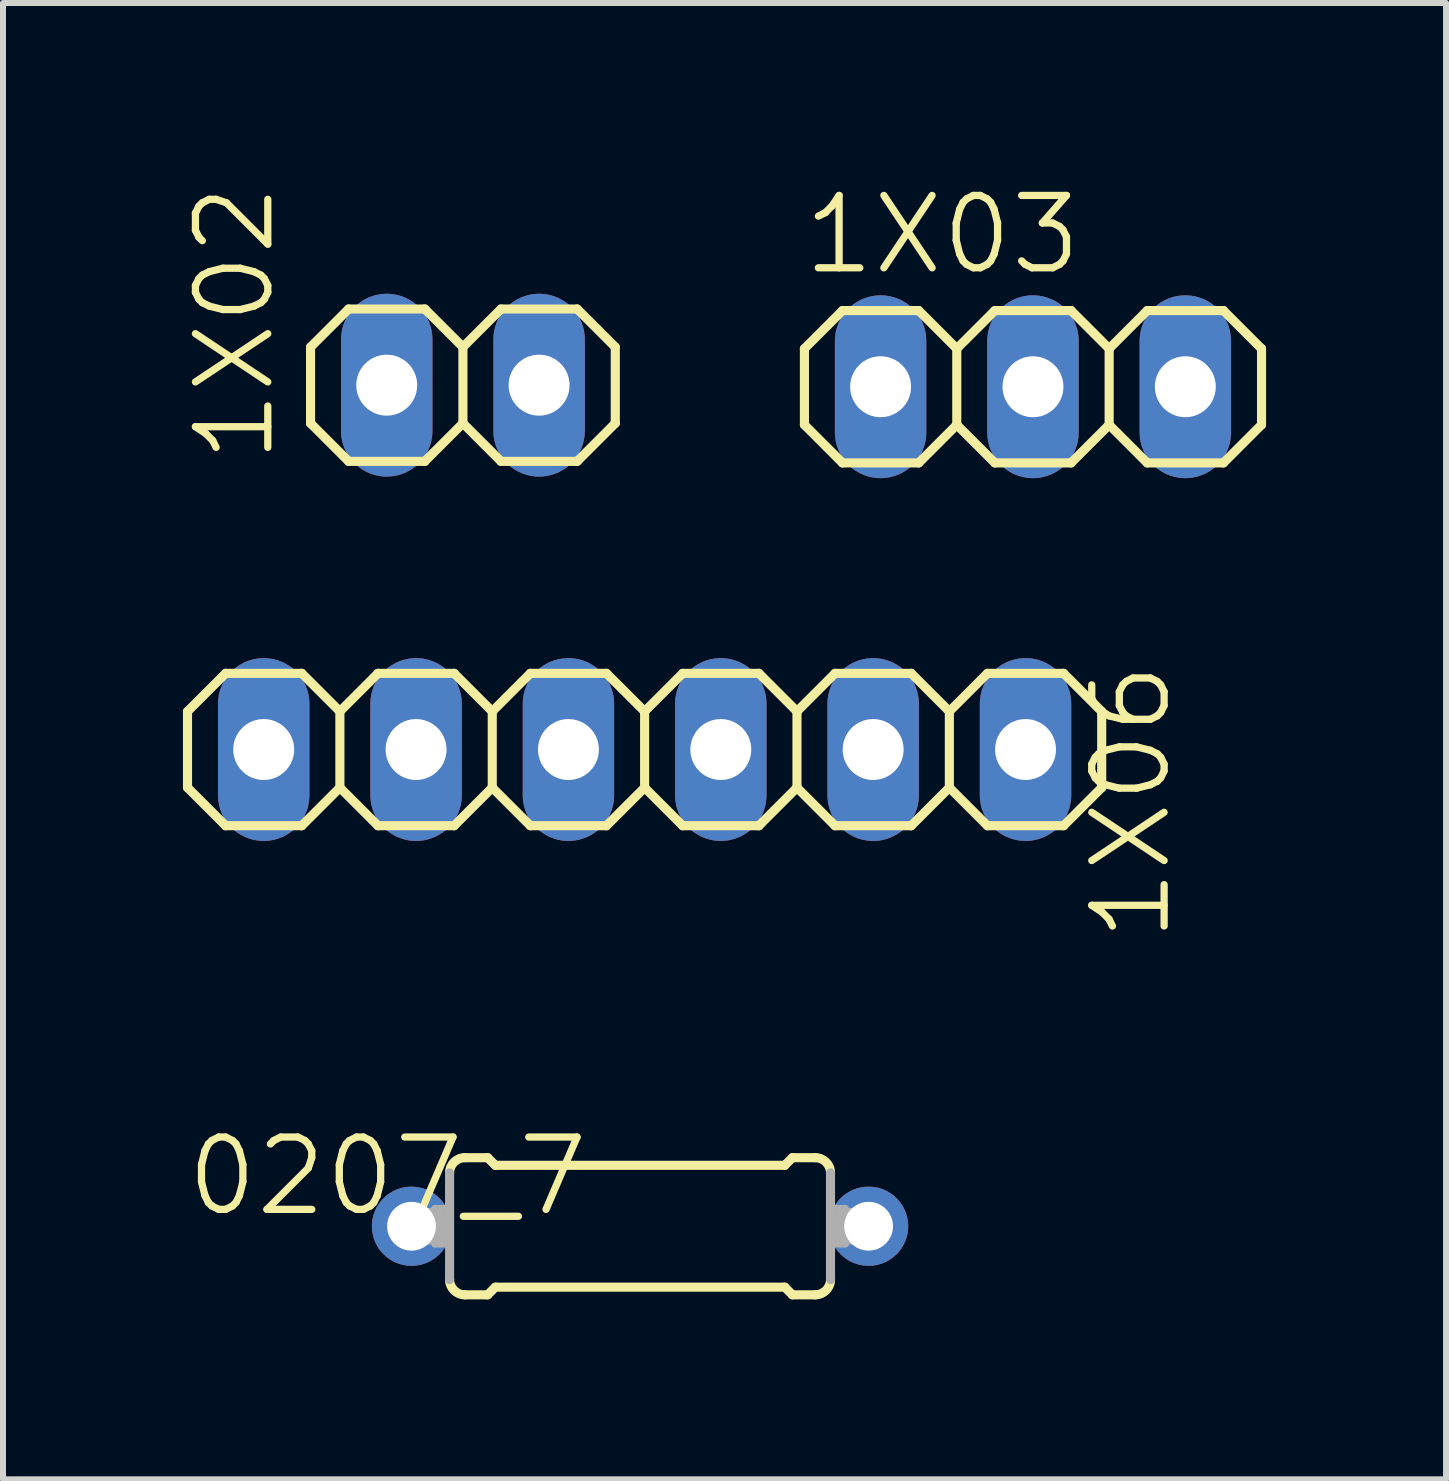
<source format=kicad_pcb>
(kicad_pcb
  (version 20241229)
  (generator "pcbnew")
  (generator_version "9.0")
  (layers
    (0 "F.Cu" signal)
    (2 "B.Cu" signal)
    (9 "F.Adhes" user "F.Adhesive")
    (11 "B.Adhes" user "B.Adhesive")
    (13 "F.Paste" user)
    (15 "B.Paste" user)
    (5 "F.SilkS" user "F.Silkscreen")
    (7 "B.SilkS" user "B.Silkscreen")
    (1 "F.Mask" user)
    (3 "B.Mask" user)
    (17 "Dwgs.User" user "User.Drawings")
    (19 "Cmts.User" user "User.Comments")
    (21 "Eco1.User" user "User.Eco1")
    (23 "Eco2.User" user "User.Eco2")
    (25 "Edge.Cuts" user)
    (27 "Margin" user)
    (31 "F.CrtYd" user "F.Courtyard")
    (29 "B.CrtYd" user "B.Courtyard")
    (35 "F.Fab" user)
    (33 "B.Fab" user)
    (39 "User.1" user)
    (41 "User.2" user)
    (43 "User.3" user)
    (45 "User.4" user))
  (footprint "1X03"
    (layer "F.Cu")
    (at 14.17 3.397)
    (property "Reference" "1X03" (at -3.886 -1.829 180) (layer "F.SilkS") (effects (font (size 1.206 1.206) (thickness 0.121)) (justify left bottom)))
    (attr through_hole)
    (fp_line (start -3.81 -0.635) (end -3.81 0.635) (stroke (width 0.152) (type solid)) (layer "F.SilkS"))
    (fp_line (start -3.81 0.635) (end -3.175 1.27) (stroke (width 0.152) (type solid)) (layer "F.SilkS"))
    (fp_line (start -3.175 -1.27) (end -3.81 -0.635) (stroke (width 0.152) (type solid)) (layer "F.SilkS"))
    (fp_line (start -3.175 -1.27) (end -1.905 -1.27) (stroke (width 0.152) (type solid)) (layer "F.SilkS"))
    (fp_line (start -1.905 -1.27) (end -1.27 -0.635) (stroke (width 0.152) (type solid)) (layer "F.SilkS"))
    (fp_line (start -1.905 1.27) (end -3.175 1.27) (stroke (width 0.152) (type solid)) (layer "F.SilkS"))
    (fp_line (start -1.27 -0.635) (end -1.27 0.635) (stroke (width 0.152) (type solid)) (layer "F.SilkS"))
    (fp_line (start -1.27 -0.635) (end -0.635 -1.27) (stroke (width 0.152) (type solid)) (layer "F.SilkS"))
    (fp_line (start -1.27 0.635) (end -1.905 1.27) (stroke (width 0.152) (type solid)) (layer "F.SilkS"))
    (fp_line (start -0.635 -1.27) (end 0.635 -1.27) (stroke (width 0.152) (type solid)) (layer "F.SilkS"))
    (fp_line (start -0.635 1.27) (end -1.27 0.635) (stroke (width 0.152) (type solid)) (layer "F.SilkS"))
    (fp_line (start 0.635 -1.27) (end 1.27 -0.635) (stroke (width 0.152) (type solid)) (layer "F.SilkS"))
    (fp_line (start 0.635 1.27) (end -0.635 1.27) (stroke (width 0.152) (type solid)) (layer "F.SilkS"))
    (fp_line (start 1.27 -0.635) (end 1.27 0.635) (stroke (width 0.152) (type solid)) (layer "F.SilkS"))
    (fp_line (start 1.27 -0.635) (end 1.905 -1.27) (stroke (width 0.152) (type solid)) (layer "F.SilkS"))
    (fp_line (start 1.27 0.635) (end 0.635 1.27) (stroke (width 0.152) (type solid)) (layer "F.SilkS"))
    (fp_line (start 1.905 -1.27) (end 3.175 -1.27) (stroke (width 0.152) (type solid)) (layer "F.SilkS"))
    (fp_line (start 1.905 1.27) (end 1.27 0.635) (stroke (width 0.152) (type solid)) (layer "F.SilkS"))
    (fp_line (start 3.175 -1.27) (end 3.81 -0.635) (stroke (width 0.152) (type solid)) (layer "F.SilkS"))
    (fp_line (start 3.175 1.27) (end 1.905 1.27) (stroke (width 0.152) (type solid)) (layer "F.SilkS"))
    (fp_line (start 3.81 -0.635) (end 3.81 0.635) (stroke (width 0.152) (type solid)) (layer "F.SilkS"))
    (fp_line (start 3.81 0.635) (end 3.175 1.27) (stroke (width 0.152) (type solid)) (layer "F.SilkS"))
    (fp_poly (pts (xy -2.794 0.254) (xy -2.286 0.254) (xy -2.286 -0.254) (xy -2.794 -0.254)) (stroke (width 0.1) (type solid)) (fill no) (layer "F.Fab"))
    (fp_poly (pts (xy -0.254 0.254) (xy 0.254 0.254) (xy 0.254 -0.254) (xy -0.254 -0.254)) (stroke (width 0.1) (type solid)) (fill no) (layer "F.Fab"))
    (fp_poly (pts (xy 2.286 0.254) (xy 2.794 0.254) (xy 2.794 -0.254) (xy 2.286 -0.254)) (stroke (width 0.1) (type solid)) (fill no) (layer "F.Fab"))
    (pad "1" thru_hole oval (at -2.54 0 90) (size 3.048 1.524) (drill 1.016) (layers "*.Cu" "*.Mask"))
    (pad "2" thru_hole oval (at 0 0 90) (size 3.048 1.524) (drill 1.016) (layers "*.Cu" "*.Mask"))
    (pad "3" thru_hole oval (at 2.54 0 90) (size 3.048 1.524) (drill 1.016) (layers "*.Cu" "*.Mask")))
  (footprint "1X06"
    (layer "F.Cu")
    (at 7.696 9.445)
    (property "Reference" "1X06" (at 8.814 3.251 270) (layer "F.SilkS") (effects (font (size 1.206 1.206) (thickness 0.121)) (justify left bottom)))
    (attr through_hole)
    (fp_line (start -7.62 -0.635) (end -7.62 0.635) (stroke (width 0.152) (type solid)) (layer "F.SilkS"))
    (fp_line (start -7.62 0.635) (end -6.985 1.27) (stroke (width 0.152) (type solid)) (layer "F.SilkS"))
    (fp_line (start -6.985 -1.27) (end -7.62 -0.635) (stroke (width 0.152) (type solid)) (layer "F.SilkS"))
    (fp_line (start -6.985 -1.27) (end -5.715 -1.27) (stroke (width 0.152) (type solid)) (layer "F.SilkS"))
    (fp_line (start -5.715 -1.27) (end -5.08 -0.635) (stroke (width 0.152) (type solid)) (layer "F.SilkS"))
    (fp_line (start -5.715 1.27) (end -6.985 1.27) (stroke (width 0.152) (type solid)) (layer "F.SilkS"))
    (fp_line (start -5.08 -0.635) (end -5.08 0.635) (stroke (width 0.152) (type solid)) (layer "F.SilkS"))
    (fp_line (start -5.08 -0.635) (end -4.445 -1.27) (stroke (width 0.152) (type solid)) (layer "F.SilkS"))
    (fp_line (start -5.08 0.635) (end -5.715 1.27) (stroke (width 0.152) (type solid)) (layer "F.SilkS"))
    (fp_line (start -4.445 -1.27) (end -3.175 -1.27) (stroke (width 0.152) (type solid)) (layer "F.SilkS"))
    (fp_line (start -4.445 1.27) (end -5.08 0.635) (stroke (width 0.152) (type solid)) (layer "F.SilkS"))
    (fp_line (start -3.175 -1.27) (end -2.54 -0.635) (stroke (width 0.152) (type solid)) (layer "F.SilkS"))
    (fp_line (start -3.175 1.27) (end -4.445 1.27) (stroke (width 0.152) (type solid)) (layer "F.SilkS"))
    (fp_line (start -2.54 -0.635) (end -2.54 0.635) (stroke (width 0.152) (type solid)) (layer "F.SilkS"))
    (fp_line (start -2.54 -0.635) (end -1.905 -1.27) (stroke (width 0.152) (type solid)) (layer "F.SilkS"))
    (fp_line (start -2.54 0.635) (end -3.175 1.27) (stroke (width 0.152) (type solid)) (layer "F.SilkS"))
    (fp_line (start -1.905 -1.27) (end -0.635 -1.27) (stroke (width 0.152) (type solid)) (layer "F.SilkS"))
    (fp_line (start -1.905 1.27) (end -2.54 0.635) (stroke (width 0.152) (type solid)) (layer "F.SilkS"))
    (fp_line (start -0.635 -1.27) (end 0 -0.635) (stroke (width 0.152) (type solid)) (layer "F.SilkS"))
    (fp_line (start -0.635 1.27) (end -1.905 1.27) (stroke (width 0.152) (type solid)) (layer "F.SilkS"))
    (fp_line (start 0 -0.635) (end 0 0.635) (stroke (width 0.152) (type solid)) (layer "F.SilkS"))
    (fp_line (start 0 0.635) (end -0.635 1.27) (stroke (width 0.152) (type solid)) (layer "F.SilkS"))
    (fp_line (start 0 0.635) (end 0.635 1.27) (stroke (width 0.152) (type solid)) (layer "F.SilkS"))
    (fp_line (start 0.635 -1.27) (end 0 -0.635) (stroke (width 0.152) (type solid)) (layer "F.SilkS"))
    (fp_line (start 0.635 -1.27) (end 1.905 -1.27) (stroke (width 0.152) (type solid)) (layer "F.SilkS"))
    (fp_line (start 1.905 -1.27) (end 2.54 -0.635) (stroke (width 0.152) (type solid)) (layer "F.SilkS"))
    (fp_line (start 1.905 1.27) (end 0.635 1.27) (stroke (width 0.152) (type solid)) (layer "F.SilkS"))
    (fp_line (start 2.54 -0.635) (end 2.54 0.635) (stroke (width 0.152) (type solid)) (layer "F.SilkS"))
    (fp_line (start 2.54 -0.635) (end 3.175 -1.27) (stroke (width 0.152) (type solid)) (layer "F.SilkS"))
    (fp_line (start 2.54 0.635) (end 1.905 1.27) (stroke (width 0.152) (type solid)) (layer "F.SilkS"))
    (fp_line (start 3.175 -1.27) (end 4.445 -1.27) (stroke (width 0.152) (type solid)) (layer "F.SilkS"))
    (fp_line (start 3.175 1.27) (end 2.54 0.635) (stroke (width 0.152) (type solid)) (layer "F.SilkS"))
    (fp_line (start 4.445 -1.27) (end 5.08 -0.635) (stroke (width 0.152) (type solid)) (layer "F.SilkS"))
    (fp_line (start 4.445 1.27) (end 3.175 1.27) (stroke (width 0.152) (type solid)) (layer "F.SilkS"))
    (fp_line (start 5.08 -0.635) (end 5.08 0.635) (stroke (width 0.152) (type solid)) (layer "F.SilkS"))
    (fp_line (start 5.08 0.635) (end 4.445 1.27) (stroke (width 0.152) (type solid)) (layer "F.SilkS"))
    (fp_line (start 5.08 0.635) (end 5.715 1.27) (stroke (width 0.152) (type solid)) (layer "F.SilkS"))
    (fp_line (start 5.715 -1.27) (end 5.08 -0.635) (stroke (width 0.152) (type solid)) (layer "F.SilkS"))
    (fp_line (start 5.715 -1.27) (end 6.985 -1.27) (stroke (width 0.152) (type solid)) (layer "F.SilkS"))
    (fp_line (start 6.985 -1.27) (end 7.62 -0.635) (stroke (width 0.152) (type solid)) (layer "F.SilkS"))
    (fp_line (start 6.985 1.27) (end 5.715 1.27) (stroke (width 0.152) (type solid)) (layer "F.SilkS"))
    (fp_line (start 7.62 -0.635) (end 7.62 0.635) (stroke (width 0.152) (type solid)) (layer "F.SilkS"))
    (fp_line (start 7.62 0.635) (end 6.985 1.27) (stroke (width 0.152) (type solid)) (layer "F.SilkS"))
    (fp_poly (pts (xy -6.604 0.254) (xy -6.096 0.254) (xy -6.096 -0.254) (xy -6.604 -0.254)) (stroke (width 0.1) (type solid)) (fill no) (layer "F.Fab"))
    (fp_poly (pts (xy -4.064 0.254) (xy -3.556 0.254) (xy -3.556 -0.254) (xy -4.064 -0.254)) (stroke (width 0.1) (type solid)) (fill no) (layer "F.Fab"))
    (fp_poly (pts (xy -1.524 0.254) (xy -1.016 0.254) (xy -1.016 -0.254) (xy -1.524 -0.254)) (stroke (width 0.1) (type solid)) (fill no) (layer "F.Fab"))
    (fp_poly (pts (xy 1.016 0.254) (xy 1.524 0.254) (xy 1.524 -0.254) (xy 1.016 -0.254)) (stroke (width 0.1) (type solid)) (fill no) (layer "F.Fab"))
    (fp_poly (pts (xy 3.556 0.254) (xy 4.064 0.254) (xy 4.064 -0.254) (xy 3.556 -0.254)) (stroke (width 0.1) (type solid)) (fill no) (layer "F.Fab"))
    (fp_poly (pts (xy 6.096 0.254) (xy 6.604 0.254) (xy 6.604 -0.254) (xy 6.096 -0.254)) (stroke (width 0.1) (type solid)) (fill no) (layer "F.Fab"))
    (pad "1" thru_hole oval (at -6.35 0 90) (size 3.048 1.524) (drill 1.016) (layers "*.Cu" "*.Mask"))
    (pad "2" thru_hole oval (at -3.81 0 90) (size 3.048 1.524) (drill 1.016) (layers "*.Cu" "*.Mask"))
    (pad "3" thru_hole oval (at -1.27 0 90) (size 3.048 1.524) (drill 1.016) (layers "*.Cu" "*.Mask"))
    (pad "4" thru_hole oval (at 1.27 0 90) (size 3.048 1.524) (drill 1.016) (layers "*.Cu" "*.Mask"))
    (pad "5" thru_hole oval (at 3.81 0 90) (size 3.048 1.524) (drill 1.016) (layers "*.Cu" "*.Mask"))
    (pad "6" thru_hole oval (at 6.35 0 90) (size 3.048 1.524) (drill 1.016) (layers "*.Cu" "*.Mask")))
  (footprint "1X02"
    (layer "F.Cu")
    (at 4.667 3.371)
    (property "Reference" "1X02" (at -3.099 1.346 90) (layer "F.SilkS") (effects (font (size 1.206 1.206) (thickness 0.121)) (justify left bottom)))
    (attr through_hole)
    (fp_line (start -2.54 -0.635) (end -2.54 0.635) (stroke (width 0.152) (type solid)) (layer "F.SilkS"))
    (fp_line (start -2.54 0.635) (end -1.905 1.27) (stroke (width 0.152) (type solid)) (layer "F.SilkS"))
    (fp_line (start -1.905 -1.27) (end -2.54 -0.635) (stroke (width 0.152) (type solid)) (layer "F.SilkS"))
    (fp_line (start -1.905 -1.27) (end -0.635 -1.27) (stroke (width 0.152) (type solid)) (layer "F.SilkS"))
    (fp_line (start -0.635 -1.27) (end 0 -0.635) (stroke (width 0.152) (type solid)) (layer "F.SilkS"))
    (fp_line (start -0.635 1.27) (end -1.905 1.27) (stroke (width 0.152) (type solid)) (layer "F.SilkS"))
    (fp_line (start 0 -0.635) (end 0 0.635) (stroke (width 0.152) (type solid)) (layer "F.SilkS"))
    (fp_line (start 0 -0.635) (end 0.635 -1.27) (stroke (width 0.152) (type solid)) (layer "F.SilkS"))
    (fp_line (start 0 0.635) (end -0.635 1.27) (stroke (width 0.152) (type solid)) (layer "F.SilkS"))
    (fp_line (start 0.635 -1.27) (end 1.905 -1.27) (stroke (width 0.152) (type solid)) (layer "F.SilkS"))
    (fp_line (start 0.635 1.27) (end 0 0.635) (stroke (width 0.152) (type solid)) (layer "F.SilkS"))
    (fp_line (start 1.905 -1.27) (end 2.54 -0.635) (stroke (width 0.152) (type solid)) (layer "F.SilkS"))
    (fp_line (start 1.905 1.27) (end 0.635 1.27) (stroke (width 0.152) (type solid)) (layer "F.SilkS"))
    (fp_line (start 2.54 -0.635) (end 2.54 0.635) (stroke (width 0.152) (type solid)) (layer "F.SilkS"))
    (fp_line (start 2.54 0.635) (end 1.905 1.27) (stroke (width 0.152) (type solid)) (layer "F.SilkS"))
    (fp_poly (pts (xy -1.524 0.254) (xy -1.016 0.254) (xy -1.016 -0.254) (xy -1.524 -0.254)) (stroke (width 0.1) (type solid)) (fill no) (layer "F.Fab"))
    (fp_poly (pts (xy 1.016 0.254) (xy 1.524 0.254) (xy 1.524 -0.254) (xy 1.016 -0.254)) (stroke (width 0.1) (type solid)) (fill no) (layer "F.Fab"))
    (pad "1" thru_hole oval (at -1.27 0 90) (size 3.048 1.524) (drill 1.016) (layers "*.Cu" "*.Mask"))
    (pad "2" thru_hole oval (at 1.27 0 90) (size 3.048 1.524) (drill 1.016) (layers "*.Cu" "*.Mask")))
  (footprint "0207_7"
    (layer "F.Cu")
    (at 7.62 17.392)
    (property "Reference" "0207_7" (at -7.62 -0.127 0) (layer "F.SilkS") (effects (font (size 1.206 1.206) (thickness 0.121)) (justify left bottom)))
    (attr through_hole)
    (fp_line (start -2.921 -1.143) (end -2.54 -1.143) (stroke (width 0.152) (type solid)) (layer "F.SilkS"))
    (fp_line (start -2.921 1.143) (end -2.54 1.143) (stroke (width 0.152) (type solid)) (layer "F.SilkS"))
    (fp_line (start -2.413 -1.016) (end -2.54 -1.143) (stroke (width 0.152) (type solid)) (layer "F.SilkS"))
    (fp_line (start -2.413 1.016) (end -2.54 1.143) (stroke (width 0.152) (type solid)) (layer "F.SilkS"))
    (fp_line (start 2.413 -1.016) (end -2.413 -1.016) (stroke (width 0.152) (type solid)) (layer "F.SilkS"))
    (fp_line (start 2.413 -1.016) (end 2.54 -1.143) (stroke (width 0.152) (type solid)) (layer "F.SilkS"))
    (fp_line (start 2.413 1.016) (end -2.413 1.016) (stroke (width 0.152) (type solid)) (layer "F.SilkS"))
    (fp_line (start 2.413 1.016) (end 2.54 1.143) (stroke (width 0.152) (type solid)) (layer "F.SilkS"))
    (fp_line (start 2.921 -1.143) (end 2.54 -1.143) (stroke (width 0.152) (type solid)) (layer "F.SilkS"))
    (fp_line (start 2.921 1.143) (end 2.54 1.143) (stroke (width 0.152) (type solid)) (layer "F.SilkS"))
    (fp_arc (start -3.175 -0.889) (mid -3.100605 -1.068605) (end -2.921 -1.143) (stroke (width 0.1524) (type solid)) (layer "F.SilkS"))
    (fp_arc (start -2.921 1.143) (mid -3.100605 1.068605) (end -3.175 0.889) (stroke (width 0.1524) (type solid)) (layer "F.SilkS"))
    (fp_arc (start 2.921 -1.143) (mid 3.100605 -1.068605) (end 3.175 -0.889) (stroke (width 0.1524) (type solid)) (layer "F.SilkS"))
    (fp_arc (start 3.175 0.889) (mid 3.100605 1.068605) (end 2.921 1.143) (stroke (width 0.1524) (type solid)) (layer "F.SilkS"))
    (fp_line (start -3.81 0) (end -3.429 0) (stroke (width 0.61) (type solid)) (layer "F.Fab"))
    (fp_line (start -3.175 0.889) (end -3.175 -0.889) (stroke (width 0.152) (type solid)) (layer "F.Fab"))
    (fp_line (start 3.175 0.889) (end 3.175 -0.889) (stroke (width 0.152) (type solid)) (layer "F.Fab"))
    (fp_line (start 3.429 0) (end 3.81 0) (stroke (width 0.61) (type solid)) (layer "F.Fab"))
    (fp_poly (pts (xy -3.429 0.305) (xy -3.175 0.305) (xy -3.175 -0.305) (xy -3.429 -0.305)) (stroke (width 0.1) (type solid)) (fill no) (layer "F.Fab"))
    (fp_poly (pts (xy 3.175 0.305) (xy 3.429 0.305) (xy 3.429 -0.305) (xy 3.175 -0.305)) (stroke (width 0.1) (type solid)) (fill no) (layer "F.Fab"))
    (pad "1" thru_hole circle (at -3.81 0) (size 1.321 1.321) (drill 0.813) (layers "*.Cu" "*.Mask"))
    (pad "2" thru_hole circle (at 3.81 0) (size 1.321 1.321) (drill 0.813) (layers "*.Cu" "*.Mask")))
  (gr_rect
    (start -3 -3)
    (end 21.056 21.611)
    (stroke (width 0.1) (type default))
    (fill no)
    (layer "Edge.Cuts")))
</source>
